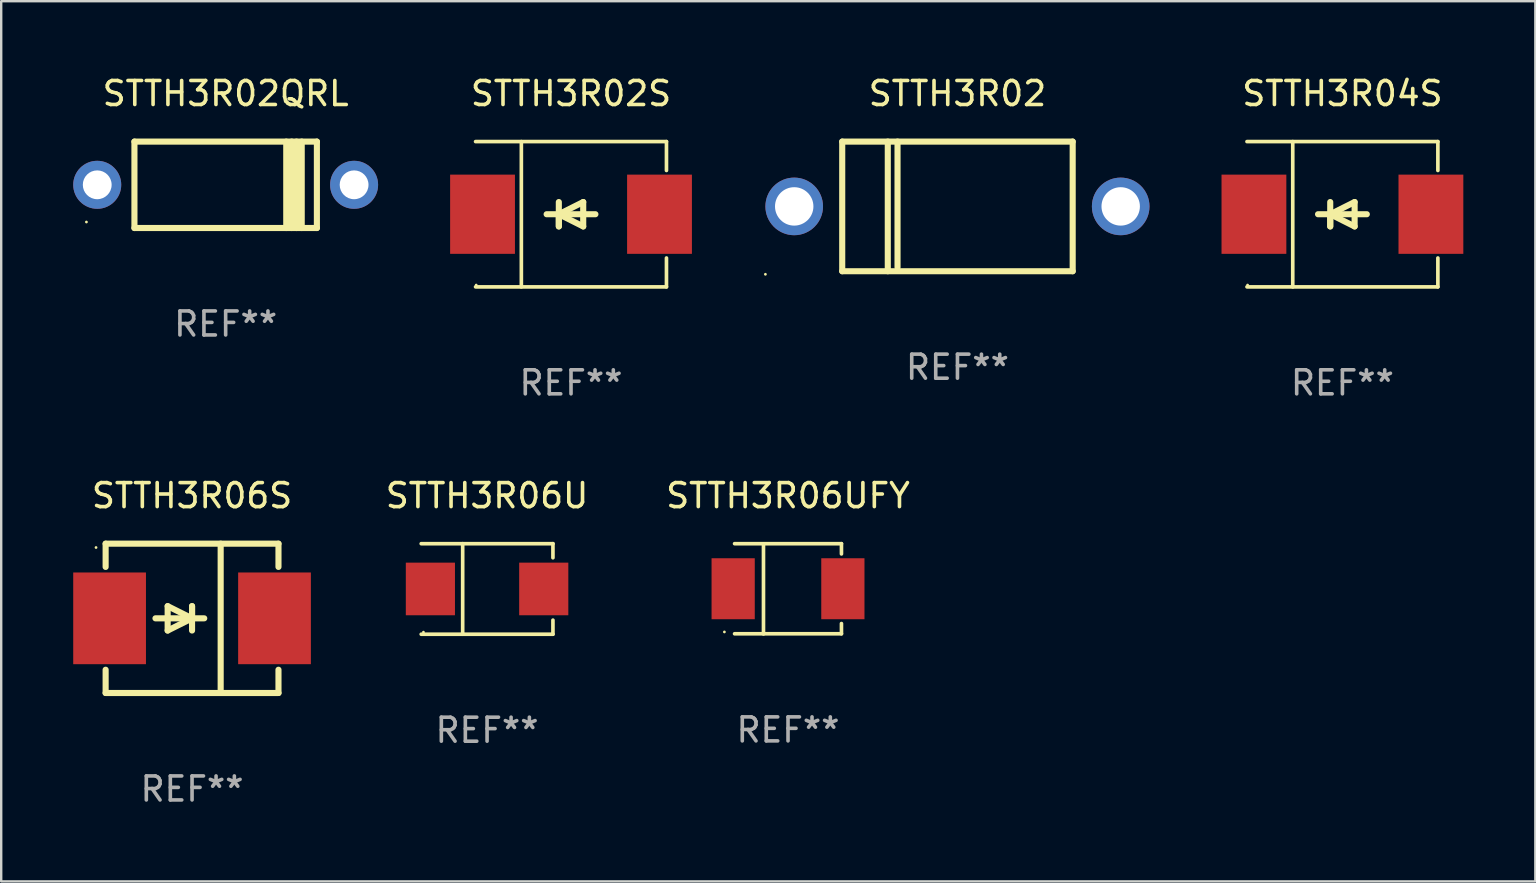
<source format=kicad_pcb>
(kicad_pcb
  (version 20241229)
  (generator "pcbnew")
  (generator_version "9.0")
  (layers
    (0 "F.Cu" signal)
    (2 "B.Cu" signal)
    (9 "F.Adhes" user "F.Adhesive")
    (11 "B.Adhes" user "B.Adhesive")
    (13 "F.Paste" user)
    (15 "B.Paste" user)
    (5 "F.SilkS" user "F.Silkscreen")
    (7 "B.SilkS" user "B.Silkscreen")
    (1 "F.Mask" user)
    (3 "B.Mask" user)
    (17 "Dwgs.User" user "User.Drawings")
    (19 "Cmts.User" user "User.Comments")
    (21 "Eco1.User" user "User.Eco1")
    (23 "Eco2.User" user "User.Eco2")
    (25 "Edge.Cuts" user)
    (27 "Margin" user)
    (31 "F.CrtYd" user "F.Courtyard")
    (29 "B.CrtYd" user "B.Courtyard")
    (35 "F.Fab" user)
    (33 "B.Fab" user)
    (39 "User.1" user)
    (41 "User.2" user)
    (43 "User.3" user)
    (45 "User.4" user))
  (footprint "STTH3R06UFY"
    (layer "F.Cu")
    (at 29.775 21.477)
    (property "Reference" "STTH3R06UFY" (at 0 -3.88 0) (layer "F.SilkS") (effects (font (size 1 1) (thickness 0.15))))
    (attr through_hole)
    (fp_line (start -2.226 -1.88) (end 2.226 -1.88) (stroke (width 0.152) (type solid)) (layer "F.SilkS"))
    (fp_line (start -2.226 1.873) (end 2.226 1.873) (stroke (width 0.152) (type solid)) (layer "F.SilkS"))
    (fp_line (start -1.022 -1.873) (end -1.022 1.88) (stroke (width 0.152) (type solid)) (layer "F.SilkS"))
    (fp_line (start 2.226 -1.88) (end 2.226 -1.453) (stroke (width 0.152) (type solid)) (layer "F.SilkS"))
    (fp_line (start 2.226 1.447) (end 2.226 1.873) (stroke (width 0.152) (type solid)) (layer "F.SilkS"))
    (fp_circle (center -2.65 1.797) (end -2.62 1.797) (stroke (width 0.06) (type solid)) (fill no) (layer "F.SilkS"))
    (fp_text user "REF**" (at 0 5.88 0) (layer "F.Fab") (effects (font (size 1 1) (thickness 0.15))))
    (pad "1" smd rect (at -2.285 -0.003) (size 1.8 2.54) (layers "F.Cu" "F.Mask" "F.Paste"))
    (pad "2" smd rect (at 2.285 -0.003) (size 1.8 2.54) (layers "F.Cu" "F.Mask" "F.Paste")))
  (footprint "STTH3R06S"
    (layer "F.Cu")
    (at 4.95 22.707)
    (property "Reference" "STTH3R06S" (at 0 -5.11 0) (layer "F.SilkS") (effects (font (size 1 1) (thickness 0.15))))
    (attr through_hole)
    (fp_line (start -3.6 -2.141) (end -3.6 -3.11) (stroke (width 0.254) (type solid)) (layer "F.SilkS"))
    (fp_line (start -3.6 3.11) (end -3.6 2.141) (stroke (width 0.254) (type solid)) (layer "F.SilkS"))
    (fp_line (start -1.524 0) (end 0.508 0) (stroke (width 0.254) (type solid)) (layer "F.SilkS"))
    (fp_line (start -1.016 -0.508) (end -1.016 0.508) (stroke (width 0.254) (type solid)) (layer "F.SilkS"))
    (fp_line (start -1.016 0.508) (end 0 0) (stroke (width 0.254) (type solid)) (layer "F.SilkS"))
    (fp_line (start 0 -0.508) (end 0 0.508) (stroke (width 0.254) (type solid)) (layer "F.SilkS"))
    (fp_line (start 0 0) (end -1.016 -0.508) (stroke (width 0.254) (type solid)) (layer "F.SilkS"))
    (fp_line (start 0 0) (end 0 -0.508) (stroke (width 0.254) (type solid)) (layer "F.SilkS"))
    (fp_line (start 1.192 3.11) (end 1.192 -3.11) (stroke (width 0.254) (type solid)) (layer "F.SilkS"))
    (fp_line (start 3.6 -3.11) (end -3.6 -3.11) (stroke (width 0.254) (type solid)) (layer "F.SilkS"))
    (fp_line (start 3.6 -2.141) (end 3.6 -3.11) (stroke (width 0.254) (type solid)) (layer "F.SilkS"))
    (fp_line (start 3.6 3.11) (end -3.6 3.11) (stroke (width 0.254) (type solid)) (layer "F.SilkS"))
    (fp_line (start 3.6 3.11) (end 3.6 2.141) (stroke (width 0.254) (type solid)) (layer "F.SilkS"))
    (fp_circle (center -4 -2.95) (end -3.97 -2.95) (stroke (width 0.06) (type solid)) (fill no) (layer "F.SilkS"))
    (fp_text user "REF**" (at 0 7.11 0) (layer "F.Fab") (effects (font (size 1 1) (thickness 0.15))))
    (pad "1" smd rect (at -3.435 0) (size 3.03 3.82) (layers "F.Cu" "F.Mask" "F.Paste"))
    (pad "2" smd rect (at 3.435 0) (size 3.03 3.82) (layers "F.Cu" "F.Mask" "F.Paste")))
  (footprint "STTH3R04S"
    (layer "F.Cu")
    (at 52.869 5.874)
    (property "Reference" "STTH3R04S" (at 0 -5.026 0) (layer "F.SilkS") (effects (font (size 1 1) (thickness 0.15))))
    (attr through_hole)
    (fp_line (start -3.976 -3.026) (end 3.976 -3.026) (stroke (width 0.152) (type solid)) (layer "F.SilkS"))
    (fp_line (start -3.976 3.026) (end 3.976 3.026) (stroke (width 0.152) (type solid)) (layer "F.SilkS"))
    (fp_line (start -2.069 -3.026) (end -2.069 3.026) (stroke (width 0.152) (type solid)) (layer "F.SilkS"))
    (fp_line (start -0.508 0) (end -0.508 0.508) (stroke (width 0.254) (type solid)) (layer "F.SilkS"))
    (fp_line (start -0.508 0) (end 0.508 0.508) (stroke (width 0.254) (type solid)) (layer "F.SilkS"))
    (fp_line (start -0.508 0.508) (end -0.508 -0.508) (stroke (width 0.254) (type solid)) (layer "F.SilkS"))
    (fp_line (start 0.508 -0.508) (end -0.508 0) (stroke (width 0.254) (type solid)) (layer "F.SilkS"))
    (fp_line (start 0.508 0.508) (end 0.508 -0.508) (stroke (width 0.254) (type solid)) (layer "F.SilkS"))
    (fp_line (start 1.016 0) (end -1.016 0) (stroke (width 0.254) (type solid)) (layer "F.SilkS"))
    (fp_line (start 3.976 -3.026) (end 3.976 -1.823) (stroke (width 0.152) (type solid)) (layer "F.SilkS"))
    (fp_line (start 3.976 3.026) (end 3.976 1.823) (stroke (width 0.152) (type solid)) (layer "F.SilkS"))
    (fp_circle (center -3.95 2.95) (end -3.92 2.95) (stroke (width 0.06) (type solid)) (fill no) (layer "F.SilkS"))
    (fp_text user "REF**" (at 0 7.026 0) (layer "F.Fab") (effects (font (size 1 1) (thickness 0.15))))
    (pad "1" smd rect (at -3.686 0) (size 2.7 3.3) (layers "F.Cu" "F.Mask" "F.Paste"))
    (pad "2" smd rect (at 3.686 0) (size 2.7 3.3) (layers "F.Cu" "F.Mask" "F.Paste")))
  (footprint "STTH3R02"
    (layer "F.Cu")
    (at 36.833 5.548)
    (property "Reference" "STTH3R02" (at 0 -4.7 0) (layer "F.SilkS") (effects (font (size 1 1) (thickness 0.15))))
    (attr through_hole)
    (fp_line (start -4.8 -2.7) (end -4.8 2.7) (stroke (width 0.254) (type solid)) (layer "F.SilkS"))
    (fp_line (start -4.8 -2.7) (end 4.8 -2.7) (stroke (width 0.254) (type solid)) (layer "F.SilkS"))
    (fp_line (start -2.902 -2.7) (end -2.902 2.7) (stroke (width 0.254) (type solid)) (layer "F.SilkS"))
    (fp_line (start -2.496 -2.7) (end -2.496 2.54) (stroke (width 0.254) (type solid)) (layer "F.SilkS"))
    (fp_line (start 4.8 -2.7) (end 4.8 2.7) (stroke (width 0.254) (type solid)) (layer "F.SilkS"))
    (fp_line (start 4.8 2.7) (end -4.8 2.7) (stroke (width 0.254) (type solid)) (layer "F.SilkS"))
    (fp_circle (center -8 2.827) (end -7.97 2.827) (stroke (width 0.06) (type solid)) (fill no) (layer "F.SilkS"))
    (fp_text user "REF**" (at 0 6.7 0) (layer "F.Fab") (effects (font (size 1 1) (thickness 0.15))))
    (pad "1" thru_hole circle (at -6.8 0) (size 2.4 2.4) (drill 1.6) (layers "*.Cu" "*.Mask"))
    (pad "2" thru_hole circle (at 6.8 0) (size 2.4 2.4) (drill 1.6) (layers "*.Cu" "*.Mask")))
  (footprint "STTH3R02S"
    (layer "F.Cu")
    (at 20.736 5.874)
    (property "Reference" "STTH3R02S" (at 0 -5.026 0) (layer "F.SilkS") (effects (font (size 1 1) (thickness 0.15))))
    (attr through_hole)
    (fp_line (start -3.976 -3.026) (end 3.976 -3.026) (stroke (width 0.152) (type solid)) (layer "F.SilkS"))
    (fp_line (start -3.976 3.026) (end 3.976 3.026) (stroke (width 0.152) (type solid)) (layer "F.SilkS"))
    (fp_line (start -2.069 -3.026) (end -2.069 3.026) (stroke (width 0.152) (type solid)) (layer "F.SilkS"))
    (fp_line (start -0.508 0) (end -0.508 0.508) (stroke (width 0.254) (type solid)) (layer "F.SilkS"))
    (fp_line (start -0.508 0) (end 0.508 0.508) (stroke (width 0.254) (type solid)) (layer "F.SilkS"))
    (fp_line (start -0.508 0.508) (end -0.508 -0.508) (stroke (width 0.254) (type solid)) (layer "F.SilkS"))
    (fp_line (start 0.508 -0.508) (end -0.508 0) (stroke (width 0.254) (type solid)) (layer "F.SilkS"))
    (fp_line (start 0.508 0.508) (end 0.508 -0.508) (stroke (width 0.254) (type solid)) (layer "F.SilkS"))
    (fp_line (start 1.016 0) (end -1.016 0) (stroke (width 0.254) (type solid)) (layer "F.SilkS"))
    (fp_line (start 3.976 -3.026) (end 3.976 -1.823) (stroke (width 0.152) (type solid)) (layer "F.SilkS"))
    (fp_line (start 3.976 3.026) (end 3.976 1.823) (stroke (width 0.152) (type solid)) (layer "F.SilkS"))
    (fp_circle (center -3.95 2.95) (end -3.92 2.95) (stroke (width 0.06) (type solid)) (fill no) (layer "F.SilkS"))
    (fp_text user "REF**" (at 0 7.026 0) (layer "F.Fab") (effects (font (size 1 1) (thickness 0.15))))
    (pad "1" smd rect (at -3.686 0) (size 2.7 3.3) (layers "F.Cu" "F.Mask" "F.Paste"))
    (pad "2" smd rect (at 3.686 0) (size 2.7 3.3) (layers "F.Cu" "F.Mask" "F.Paste")))
  (footprint "STTH3R06U"
    (layer "F.Cu")
    (at 17.239 21.483)
    (property "Reference" "STTH3R06U" (at 0 -3.886 0) (layer "F.SilkS") (effects (font (size 1 1) (thickness 0.15))))
    (attr through_hole)
    (fp_line (start -2.744 -1.886) (end 2.744 -1.886) (stroke (width 0.152) (type solid)) (layer "F.SilkS"))
    (fp_line (start -2.744 1.886) (end 2.744 1.886) (stroke (width 0.152) (type solid)) (layer "F.SilkS"))
    (fp_line (start -1.016 -1.886) (end -1.016 1.886) (stroke (width 0.152) (type solid)) (layer "F.SilkS"))
    (fp_line (start 2.744 -1.886) (end 2.744 -1.299) (stroke (width 0.152) (type solid)) (layer "F.SilkS"))
    (fp_line (start 2.744 1.886) (end 2.744 1.299) (stroke (width 0.152) (type solid)) (layer "F.SilkS"))
    (fp_circle (center -2.65 1.8) (end -2.62 1.8) (stroke (width 0.06) (type solid)) (fill no) (layer "F.SilkS"))
    (fp_text user "REF**" (at 0 5.886 0) (layer "F.Fab") (effects (font (size 1 1) (thickness 0.15))))
    (pad "1" smd rect (at -2.361 0) (size 2.047 2.192) (layers "F.Cu" "F.Mask" "F.Paste"))
    (pad "2" smd rect (at 2.361 0) (size 2.047 2.192) (layers "F.Cu" "F.Mask" "F.Paste")))
  (footprint "STTH3R02QRL"
    (layer "F.Cu")
    (at 6.35 4.648)
    (property "Reference" "STTH3R02QRL" (at 0 -3.8 0) (layer "F.SilkS") (effects (font (size 1 1) (thickness 0.15))))
    (attr through_hole)
    (fp_line (start -3.8 1.8) (end -3.8 -1.8) (stroke (width 0.254) (type solid)) (layer "F.SilkS"))
    (fp_line (start 2.524 1.8) (end 2.524 -1.8) (stroke (width 0.254) (type solid)) (layer "F.SilkS"))
    (fp_line (start 2.75 1.8) (end 2.75 -1.8) (stroke (width 0.254) (type solid)) (layer "F.SilkS"))
    (fp_line (start 2.95 -1.8) (end 2.95 1.8) (stroke (width 0.254) (type solid)) (layer "F.SilkS"))
    (fp_line (start 3.168 -1.8) (end 3.168 1.8) (stroke (width 0.254) (type solid)) (layer "F.SilkS"))
    (fp_line (start 3.8 1.8) (end -3.8 1.8) (stroke (width 0.254) (type solid)) (layer "F.SilkS"))
    (fp_line (start 3.8 1.8) (end 3.8 -1.8) (stroke (width 0.254) (type solid)) (layer "F.SilkS"))
    (fp_line (start 3.8 -1.8) (end -3.8 -1.8) (stroke (width 0.254) (type solid)) (layer "F.SilkS"))
    (fp_circle (center -5.8 1.55) (end -5.77 1.55) (stroke (width 0.06) (type solid)) (fill no) (layer "F.SilkS"))
    (fp_text user "REF**" (at 0 5.8 0) (layer "F.Fab") (effects (font (size 1 1) (thickness 0.15))))
    (pad "1" thru_hole circle (at -5.35 0) (size 2 2) (drill 1.2) (layers "*.Cu" "*.Mask"))
    (pad "2" thru_hole circle (at 5.35 0) (size 2 2) (drill 1.2) (layers "*.Cu" "*.Mask")))
  (gr_rect
    (start -3 -3)
    (end 60.905 33.665)
    (stroke (width 0.1) (type default))
    (fill no)
    (layer "Edge.Cuts")))
</source>
